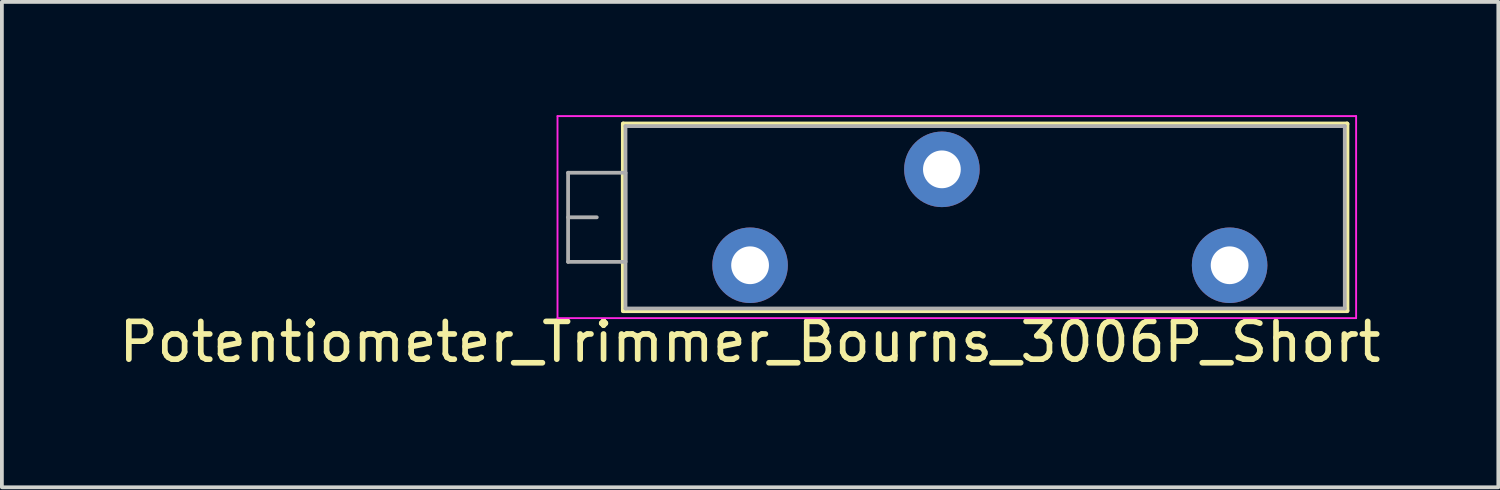
<source format=kicad_pcb>
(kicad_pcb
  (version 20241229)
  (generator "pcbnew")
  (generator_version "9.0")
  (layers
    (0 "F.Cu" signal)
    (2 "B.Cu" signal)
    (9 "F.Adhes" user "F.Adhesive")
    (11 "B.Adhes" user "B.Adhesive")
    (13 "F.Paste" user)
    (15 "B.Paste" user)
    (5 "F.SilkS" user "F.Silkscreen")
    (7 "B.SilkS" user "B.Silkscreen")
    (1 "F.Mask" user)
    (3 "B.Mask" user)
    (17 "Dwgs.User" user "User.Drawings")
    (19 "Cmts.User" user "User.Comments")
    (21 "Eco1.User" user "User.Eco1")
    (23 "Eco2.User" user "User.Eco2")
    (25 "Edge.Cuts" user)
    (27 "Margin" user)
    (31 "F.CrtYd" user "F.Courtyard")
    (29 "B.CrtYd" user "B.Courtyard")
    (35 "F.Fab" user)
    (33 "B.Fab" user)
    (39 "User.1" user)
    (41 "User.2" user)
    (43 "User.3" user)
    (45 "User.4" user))
  (footprint "Potentiometer_Trimmer_Bourns_3006P_Short"
    (layer "F.Cu")
    (at 29.515 3.975)
    (property "Reference" "Potentiometer_Trimmer_Bourns_3006P_Short" (at -12.7 2.032 0) (layer "F.SilkS") (effects (font (size 1 1) (thickness 0.15))))
    (attr through_hole)
    (fp_line (start -16.061 -2.51) (end -16.061 -0.03) (stroke (width 0.12) (type solid)) (layer "F.SilkS"))
    (fp_line (start -16.06 -3.745) (end -16.06 1.206) (stroke (width 0.12) (type solid)) (layer "F.SilkS"))
    (fp_line (start -16.06 -3.745) (end 3.111 -3.745) (stroke (width 0.12) (type solid)) (layer "F.SilkS"))
    (fp_line (start -16.06 1.206) (end 3.111 1.206) (stroke (width 0.12) (type solid)) (layer "F.SilkS"))
    (fp_line (start 3.111 -3.745) (end 3.111 1.206) (stroke (width 0.12) (type solid)) (layer "F.SilkS"))
    (fp_line (start -17.8 -3.95) (end -17.8 1.4) (stroke (width 0.05) (type solid)) (layer "F.CrtYd"))
    (fp_line (start -17.8 1.4) (end 3.35 1.4) (stroke (width 0.05) (type solid)) (layer "F.CrtYd"))
    (fp_line (start 3.35 -3.95) (end -17.8 -3.95) (stroke (width 0.05) (type solid)) (layer "F.CrtYd"))
    (fp_line (start 3.35 1.4) (end 3.35 -3.95) (stroke (width 0.05) (type solid)) (layer "F.CrtYd"))
    (fp_line (start -17.52 -2.45) (end -17.52 -0.09) (stroke (width 0.1) (type solid)) (layer "F.Fab"))
    (fp_line (start -17.52 -1.27) (end -16.76 -1.27) (stroke (width 0.1) (type solid)) (layer "F.Fab"))
    (fp_line (start -17.52 -0.09) (end -16 -0.09) (stroke (width 0.1) (type solid)) (layer "F.Fab"))
    (fp_line (start -16 -3.685) (end -16 1.145) (stroke (width 0.1) (type solid)) (layer "F.Fab"))
    (fp_line (start -16 -2.45) (end -17.52 -2.45) (stroke (width 0.1) (type solid)) (layer "F.Fab"))
    (fp_line (start -16 -0.09) (end -16 -2.45) (stroke (width 0.1) (type solid)) (layer "F.Fab"))
    (fp_line (start -16 1.145) (end 3.05 1.145) (stroke (width 0.1) (type solid)) (layer "F.Fab"))
    (fp_line (start 3.05 -3.685) (end -16 -3.685) (stroke (width 0.1) (type solid)) (layer "F.Fab"))
    (fp_line (start 3.05 1.145) (end 3.05 -3.685) (stroke (width 0.1) (type solid)) (layer "F.Fab"))
    (pad "1" thru_hole circle (at 0 0) (size 2 2) (drill 1) (layers "*.Cu" "*.Mask"))
    (pad "2" thru_hole circle (at -7.62 -2.54) (size 2 2) (drill 1) (layers "*.Cu" "*.Mask"))
    (pad "3" thru_hole circle (at -12.7 0) (size 2 2) (drill 1) (layers "*.Cu" "*.Mask")))
  (gr_rect
    (start -3 -3)
    (end 36.631 9.855)
    (stroke (width 0.1) (type default))
    (fill no)
    (layer "Edge.Cuts")))
</source>
